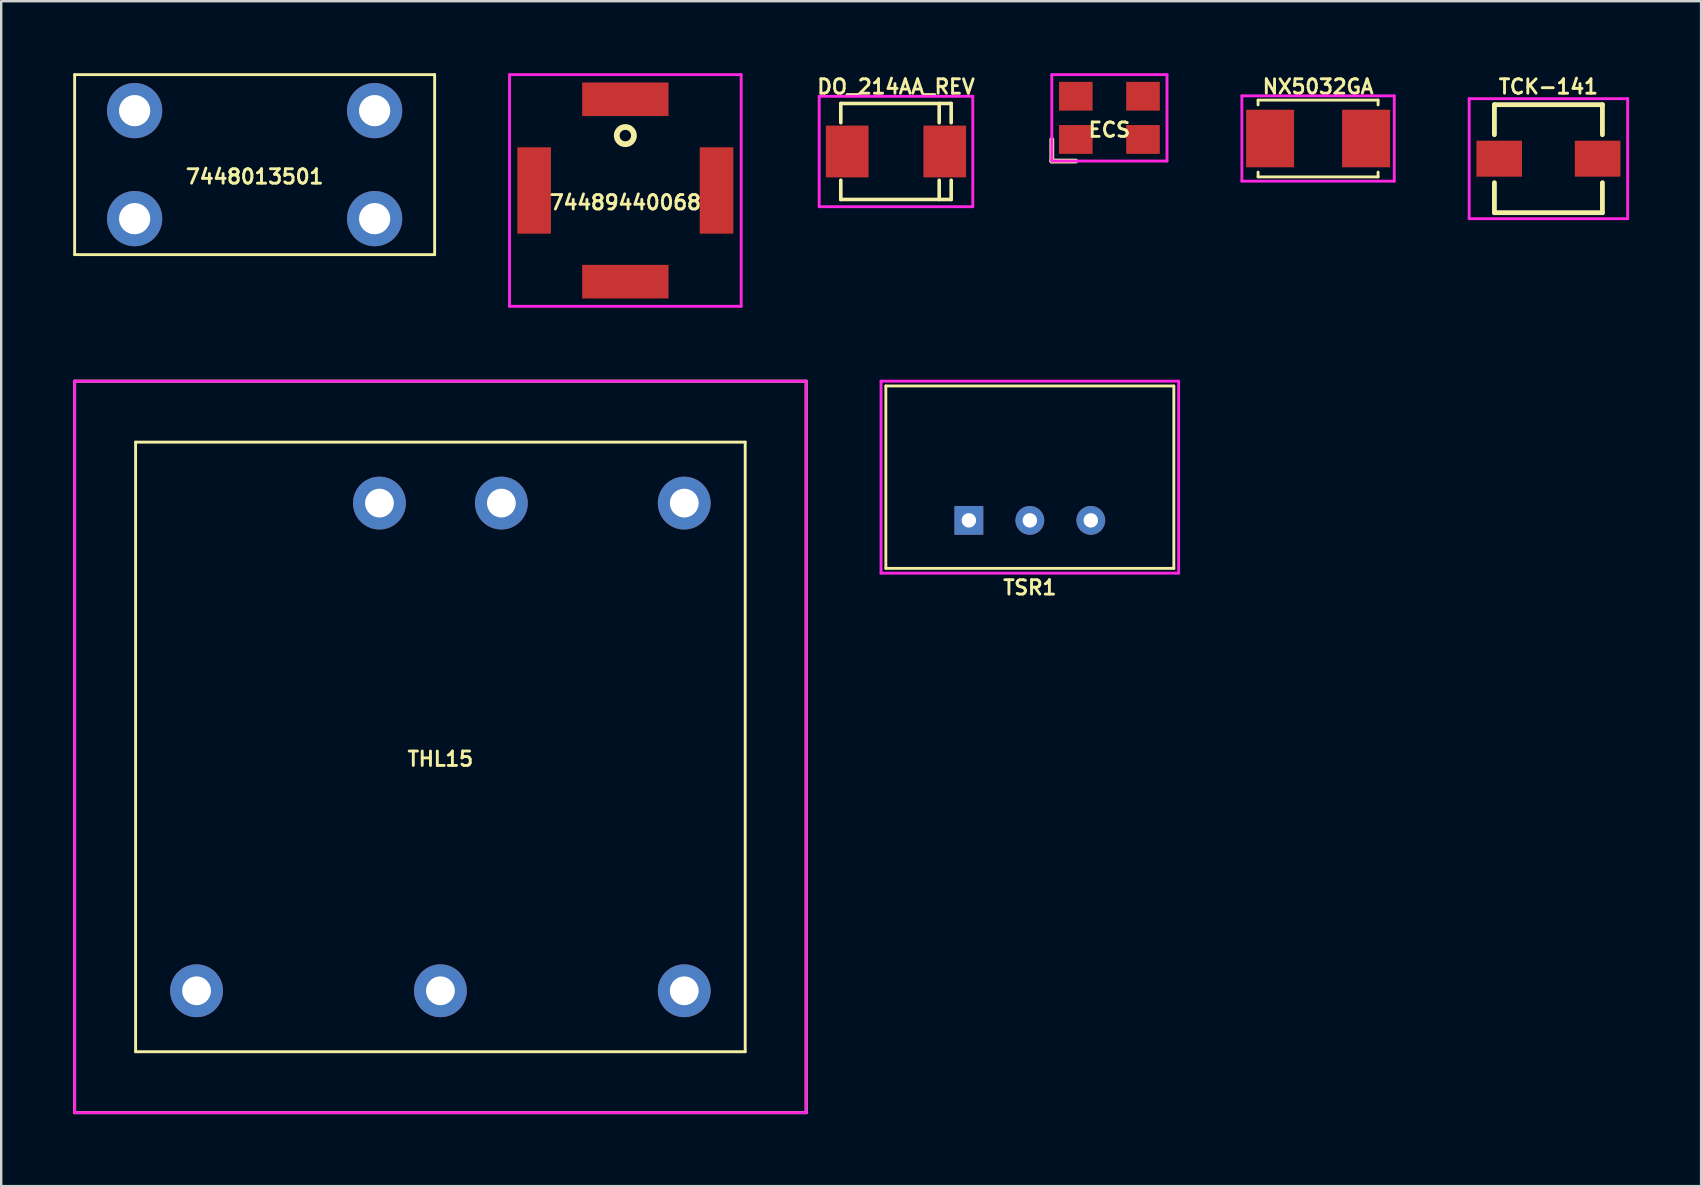
<source format=kicad_pcb>
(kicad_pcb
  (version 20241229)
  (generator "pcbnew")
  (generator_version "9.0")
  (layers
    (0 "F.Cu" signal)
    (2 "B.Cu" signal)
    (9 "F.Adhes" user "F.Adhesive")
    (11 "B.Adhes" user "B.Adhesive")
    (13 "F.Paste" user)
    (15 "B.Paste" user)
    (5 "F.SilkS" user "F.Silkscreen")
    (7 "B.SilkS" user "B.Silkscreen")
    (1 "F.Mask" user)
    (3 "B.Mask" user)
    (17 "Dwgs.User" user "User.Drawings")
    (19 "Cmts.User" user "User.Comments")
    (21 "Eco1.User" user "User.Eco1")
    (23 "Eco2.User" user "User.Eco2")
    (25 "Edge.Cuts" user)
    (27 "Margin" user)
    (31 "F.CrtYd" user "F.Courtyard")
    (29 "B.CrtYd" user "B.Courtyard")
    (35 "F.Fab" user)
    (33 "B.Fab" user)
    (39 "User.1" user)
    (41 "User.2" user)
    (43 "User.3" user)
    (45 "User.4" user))
  (footprint "TSR1"
    (layer "F.Cu")
    (at 39.86 18.632)
    (property "Reference" "TSR1" (at 0 2.8 0) (layer "F.SilkS") (effects (font (size 0.6 0.6) (thickness 0.12))))
    (attr through_hole)
    (fp_line (start -6 -5.6) (end 6 -5.6) (stroke (width 0.12) (type solid)) (layer "F.SilkS"))
    (fp_line (start -6 2) (end -6 -5.6) (stroke (width 0.12) (type solid)) (layer "F.SilkS"))
    (fp_line (start -6 2) (end 6 2) (stroke (width 0.12) (type solid)) (layer "F.SilkS"))
    (fp_line (start 6 -5.6) (end 6 2) (stroke (width 0.12) (type solid)) (layer "F.SilkS"))
    (fp_line (start -6.2 -5.8) (end 6.2 -5.8) (stroke (width 0.12) (type solid)) (layer "F.CrtYd"))
    (fp_line (start -6.2 2.2) (end -6.2 -5.8) (stroke (width 0.12) (type solid)) (layer "F.CrtYd"))
    (fp_line (start 6.2 -5.8) (end 6.2 2.2) (stroke (width 0.12) (type solid)) (layer "F.CrtYd"))
    (fp_line (start 6.2 2.2) (end -6.2 2.2) (stroke (width 0.12) (type solid)) (layer "F.CrtYd"))
    (pad "1" thru_hole rect (at -2.54 0) (size 1.2 1.2) (drill 0.6) (layers "*.Cu" "*.Mask"))
    (pad "2" thru_hole circle (at 0 0) (size 1.2 1.2) (drill 0.6) (layers "*.Cu" "*.Mask"))
    (pad "3" thru_hole circle (at 2.54 0) (size 1.2 1.2) (drill 0.6) (layers "*.Cu" "*.Mask")))
  (footprint "TCK-141"
    (layer "F.Cu")
    (at 61.467 3.562)
    (property "Reference" "TCK-141" (at 0 -3 0) (layer "F.SilkS") (effects (font (size 0.6 0.6) (thickness 0.12))))
    (attr through_hole)
    (fp_line (start -2.25 -2.25) (end 2.25 -2.25) (stroke (width 0.2) (type solid)) (layer "F.SilkS"))
    (fp_line (start -2.25 -1) (end -2.25 -2.25) (stroke (width 0.2) (type solid)) (layer "F.SilkS"))
    (fp_line (start -2.25 1) (end -2.25 2.25) (stroke (width 0.2) (type solid)) (layer "F.SilkS"))
    (fp_line (start -2.25 2.25) (end 2.25 2.25) (stroke (width 0.2) (type solid)) (layer "F.SilkS"))
    (fp_line (start 2.25 -2.25) (end 2.25 -1) (stroke (width 0.2) (type solid)) (layer "F.SilkS"))
    (fp_line (start 2.25 2.25) (end 2.25 1) (stroke (width 0.2) (type solid)) (layer "F.SilkS"))
    (fp_line (start -3.302 -2.5) (end 3.302 -2.5) (stroke (width 0.12) (type solid)) (layer "F.CrtYd"))
    (fp_line (start -3.302 2.5) (end -3.302 -2.5) (stroke (width 0.12) (type solid)) (layer "F.CrtYd"))
    (fp_line (start 3.302 -2.5) (end 3.302 2.5) (stroke (width 0.12) (type solid)) (layer "F.CrtYd"))
    (fp_line (start 3.302 2.5) (end -3.302 2.5) (stroke (width 0.12) (type solid)) (layer "F.CrtYd"))
    (pad "1" smd rect (at -2.05 0) (size 1.9 1.5) (layers "F.Cu" "F.Mask" "F.Paste"))
    (pad "2" smd rect (at 2.05 0) (size 1.9 1.5) (layers "F.Cu" "F.Mask" "F.Paste")))
  (footprint "NX5032GA"
    (layer "F.Cu")
    (at 51.87 2.721)
    (property "Reference" "NX5032GA" (at 0 -2.159 0) (layer "F.SilkS") (effects (font (size 0.6 0.6) (thickness 0.12))))
    (attr through_hole)
    (fp_line (start -2.5 -1.6) (end -2.5 -1.4) (stroke (width 0.12) (type solid)) (layer "F.SilkS"))
    (fp_line (start -2.5 -1.6) (end 2.5 -1.6) (stroke (width 0.12) (type solid)) (layer "F.SilkS"))
    (fp_line (start -2.5 1.6) (end -2.5 1.4) (stroke (width 0.12) (type solid)) (layer "F.SilkS"))
    (fp_line (start -2.5 1.6) (end 2.5 1.6) (stroke (width 0.12) (type solid)) (layer "F.SilkS"))
    (fp_line (start 2.5 -1.6) (end 2.5 -1.4) (stroke (width 0.12) (type solid)) (layer "F.SilkS"))
    (fp_line (start 2.5 1.6) (end 2.5 1.4) (stroke (width 0.12) (type solid)) (layer "F.SilkS"))
    (fp_line (start -3.175 -1.778) (end 3.175 -1.778) (stroke (width 0.12) (type solid)) (layer "F.CrtYd"))
    (fp_line (start -3.175 1.778) (end -3.175 -1.778) (stroke (width 0.12) (type solid)) (layer "F.CrtYd"))
    (fp_line (start 3.175 -1.778) (end 3.175 1.778) (stroke (width 0.12) (type solid)) (layer "F.CrtYd"))
    (fp_line (start 3.175 1.778) (end -3.175 1.778) (stroke (width 0.12) (type solid)) (layer "F.CrtYd"))
    (pad "1" smd rect (at -2 0) (size 2 2.4) (layers "F.Cu" "F.Mask" "F.Paste"))
    (pad "2" smd rect (at 2 0) (size 2 2.4) (layers "F.Cu" "F.Mask" "F.Paste")))
  (footprint "DO_214AA_REV"
    (layer "F.Cu")
    (at 34.283 3.262)
    (property "Reference" "DO_214AA_REV" (at 0 -2.7 0) (layer "F.SilkS") (effects (font (size 0.6 0.6) (thickness 0.12))))
    (attr smd)
    (fp_line (start -2.3 -2) (end 2.3 -2) (stroke (width 0.15) (type solid)) (layer "F.SilkS"))
    (fp_line (start -2.3 -1.2) (end -2.3 -2) (stroke (width 0.15) (type solid)) (layer "F.SilkS"))
    (fp_line (start -2.3 1.2) (end -2.3 2) (stroke (width 0.15) (type solid)) (layer "F.SilkS"))
    (fp_line (start -2.3 2) (end 2.3 2) (stroke (width 0.15) (type solid)) (layer "F.SilkS"))
    (fp_line (start 1.8 -2) (end 1.8 -1.2) (stroke (width 0.15) (type solid)) (layer "F.SilkS"))
    (fp_line (start 1.8 2) (end 1.8 1.2) (stroke (width 0.15) (type solid)) (layer "F.SilkS"))
    (fp_line (start 2.3 -2) (end 2.3 -1.2) (stroke (width 0.15) (type solid)) (layer "F.SilkS"))
    (fp_line (start 2.3 2) (end 2.3 1.2) (stroke (width 0.15) (type solid)) (layer "F.SilkS"))
    (fp_line (start -3.2 -2.3) (end 3.2 -2.3) (stroke (width 0.12) (type solid)) (layer "F.CrtYd"))
    (fp_line (start -3.2 2.3) (end -3.2 -2.3) (stroke (width 0.12) (type solid)) (layer "F.CrtYd"))
    (fp_line (start 3.2 -2.3) (end 3.2 2.3) (stroke (width 0.12) (type solid)) (layer "F.CrtYd"))
    (fp_line (start 3.2 2.3) (end -3.2 2.3) (stroke (width 0.12) (type solid)) (layer "F.CrtYd"))
    (pad "1" smd rect (at 2.032 0) (size 1.778 2.159) (layers "F.Cu" "F.Mask" "F.Paste"))
    (pad "2" smd rect (at -2.032 0) (size 1.778 2.159) (layers "F.Cu" "F.Mask" "F.Paste")))
  (footprint "74489440068"
    (layer "F.Cu")
    (at 23.006 4.886)
    (property "Reference" "74489440068" (at 0 0.5 0) (layer "F.SilkS") (effects (font (size 0.6 0.6) (thickness 0.12))))
    (attr through_hole)
    (fp_circle (center 0 -2.286) (end 0.359 -2.286) (stroke (width 0.24) (type solid)) (fill no) (layer "F.SilkS"))
    (fp_line (start -4.826 -4.826) (end 4.826 -4.826) (stroke (width 0.12) (type solid)) (layer "F.CrtYd"))
    (fp_line (start -4.826 4.826) (end -4.826 -4.826) (stroke (width 0.12) (type solid)) (layer "F.CrtYd"))
    (fp_line (start 4.826 -4.826) (end 4.826 4.826) (stroke (width 0.12) (type solid)) (layer "F.CrtYd"))
    (fp_line (start 4.826 4.826) (end -4.826 4.826) (stroke (width 0.12) (type solid)) (layer "F.CrtYd"))
    (pad "1" smd rect (at 0 -3.8) (size 3.6 1.4) (layers "F.Cu" "F.Mask" "F.Paste"))
    (pad "2" smd rect (at -3.8 0 90) (size 3.6 1.4) (layers "F.Cu" "F.Mask" "F.Paste"))
    (pad "3" smd rect (at 0 3.8) (size 3.6 1.4) (layers "F.Cu" "F.Mask" "F.Paste"))
    (pad "4" smd rect (at 3.8 0 90) (size 3.6 1.4) (layers "F.Cu" "F.Mask" "F.Paste")))
  (footprint "7448013501"
    (layer "F.Cu")
    (at 7.56 3.81)
    (property "Reference" "7448013501" (at 0 0.5 0) (layer "F.SilkS") (effects (font (size 0.6 0.6) (thickness 0.12))))
    (attr through_hole)
    (fp_line (start -7.5 -3.75) (end 7.5 -3.75) (stroke (width 0.12) (type solid)) (layer "F.SilkS"))
    (fp_line (start -7.5 3.75) (end -7.5 -3.75) (stroke (width 0.12) (type solid)) (layer "F.SilkS"))
    (fp_line (start 7.5 -3.75) (end 7.5 3.75) (stroke (width 0.12) (type solid)) (layer "F.SilkS"))
    (fp_line (start 7.5 3.75) (end -7.5 3.75) (stroke (width 0.12) (type solid)) (layer "F.SilkS"))
    (pad "1" thru_hole circle (at 5 -2.25) (size 2.3 2.3) (drill 1.3) (layers "*.Cu" "*.Mask"))
    (pad "2" thru_hole circle (at -5 -2.25) (size 2.3 2.3) (drill 1.3) (layers "*.Cu" "*.Mask"))
    (pad "3" thru_hole circle (at -5 2.25) (size 2.3 2.3) (drill 1.3) (layers "*.Cu" "*.Mask"))
    (pad "4" thru_hole circle (at 5 2.25) (size 2.3 2.3) (drill 1.3) (layers "*.Cu" "*.Mask")))
  (footprint "THL15"
    (layer "F.Cu")
    (at 15.3 28.072)
    (property "Reference" "THL15" (at 0 0.5 0) (layer "F.SilkS") (effects (font (size 0.6 0.6) (thickness 0.12))))
    (attr through_hole)
    (fp_line (start -15.24 -15.24) (end 15.24 -15.24) (stroke (width 0.12) (type solid)) (layer "F.SilkS"))
    (fp_line (start -15.24 15.24) (end -15.24 -15.24) (stroke (width 0.12) (type solid)) (layer "F.SilkS"))
    (fp_line (start -12.7 -12.7) (end 12.7 -12.7) (stroke (width 0.12) (type solid)) (layer "F.SilkS"))
    (fp_line (start -12.7 12.7) (end -12.7 -12.7) (stroke (width 0.12) (type solid)) (layer "F.SilkS"))
    (fp_line (start 12.7 -12.7) (end 12.7 12.7) (stroke (width 0.12) (type solid)) (layer "F.SilkS"))
    (fp_line (start 12.7 12.7) (end -12.7 12.7) (stroke (width 0.12) (type solid)) (layer "F.SilkS"))
    (fp_line (start 15.24 -15.24) (end 15.24 15.24) (stroke (width 0.12) (type solid)) (layer "F.SilkS"))
    (fp_line (start 15.24 15.24) (end -15.24 15.24) (stroke (width 0.12) (type solid)) (layer "F.SilkS"))
    (fp_line (start -15.24 -15.24) (end 15.24 -15.24) (stroke (width 0.12) (type solid)) (layer "F.CrtYd"))
    (fp_line (start -15.24 15.24) (end -15.24 -15.24) (stroke (width 0.12) (type solid)) (layer "F.CrtYd"))
    (fp_line (start 15.24 -15.24) (end 15.24 15.24) (stroke (width 0.12) (type solid)) (layer "F.CrtYd"))
    (fp_line (start 15.24 15.24) (end -15.24 15.24) (stroke (width 0.12) (type solid)) (layer "F.CrtYd"))
    (pad "1" thru_hole circle (at -2.54 -10.16) (size 2.2 2.2) (drill 1.2) (layers "*.Cu" "*.Mask"))
    (pad "2" thru_hole circle (at 2.54 -10.16) (size 2.2 2.2) (drill 1.2) (layers "*.Cu" "*.Mask"))
    (pad "3" thru_hole circle (at -10.16 10.16) (size 2.2 2.2) (drill 1.2) (layers "*.Cu" "*.Mask"))
    (pad "4" thru_hole circle (at 0 10.16) (size 2.2 2.2) (drill 1.2) (layers "*.Cu" "*.Mask"))
    (pad "5" thru_hole circle (at 10.16 10.16) (size 2.2 2.2) (drill 1.2) (layers "*.Cu" "*.Mask"))
    (pad "6" thru_hole circle (at 10.16 -10.16) (size 2.2 2.2) (drill 1.2) (layers "*.Cu" "*.Mask")))
  (footprint "ECS"
    (layer "F.Cu")
    (at 43.175 1.86)
    (property "Reference" "ECS" (at 0 0.5 0) (layer "F.SilkS") (effects (font (size 0.6 0.6) (thickness 0.12))))
    (attr through_hole)
    (fp_line (start -2.4 0.9) (end -2.4 1.8) (stroke (width 0.2) (type solid)) (layer "F.SilkS"))
    (fp_line (start -2.4 1.8) (end -1.4 1.8) (stroke (width 0.2) (type solid)) (layer "F.SilkS"))
    (fp_line (start -2.4 -1.8) (end -2.4 1.8) (stroke (width 0.12) (type solid)) (layer "F.CrtYd"))
    (fp_line (start -2.4 1.8) (end 2.4 1.8) (stroke (width 0.12) (type solid)) (layer "F.CrtYd"))
    (fp_line (start 2.4 -1.8) (end -2.4 -1.8) (stroke (width 0.12) (type solid)) (layer "F.CrtYd"))
    (fp_line (start 2.4 1.8) (end 2.4 -1.8) (stroke (width 0.12) (type solid)) (layer "F.CrtYd"))
    (pad "1" smd rect (at -1.4 0.9) (size 1.4 1.2) (layers "F.Cu" "F.Mask" "F.Paste"))
    (pad "2" smd rect (at 1.4 0.9) (size 1.4 1.2) (layers "F.Cu" "F.Mask" "F.Paste"))
    (pad "3" smd rect (at 1.4 -0.9) (size 1.4 1.2) (layers "F.Cu" "F.Mask" "F.Paste"))
    (pad "4" smd rect (at -1.4 -0.9) (size 1.4 1.2) (layers "F.Cu" "F.Mask" "F.Paste")))
  (gr_rect
    (start -3 -3)
    (end 67.829 46.372)
    (stroke (width 0.1) (type default))
    (fill no)
    (layer "Edge.Cuts")))
</source>
